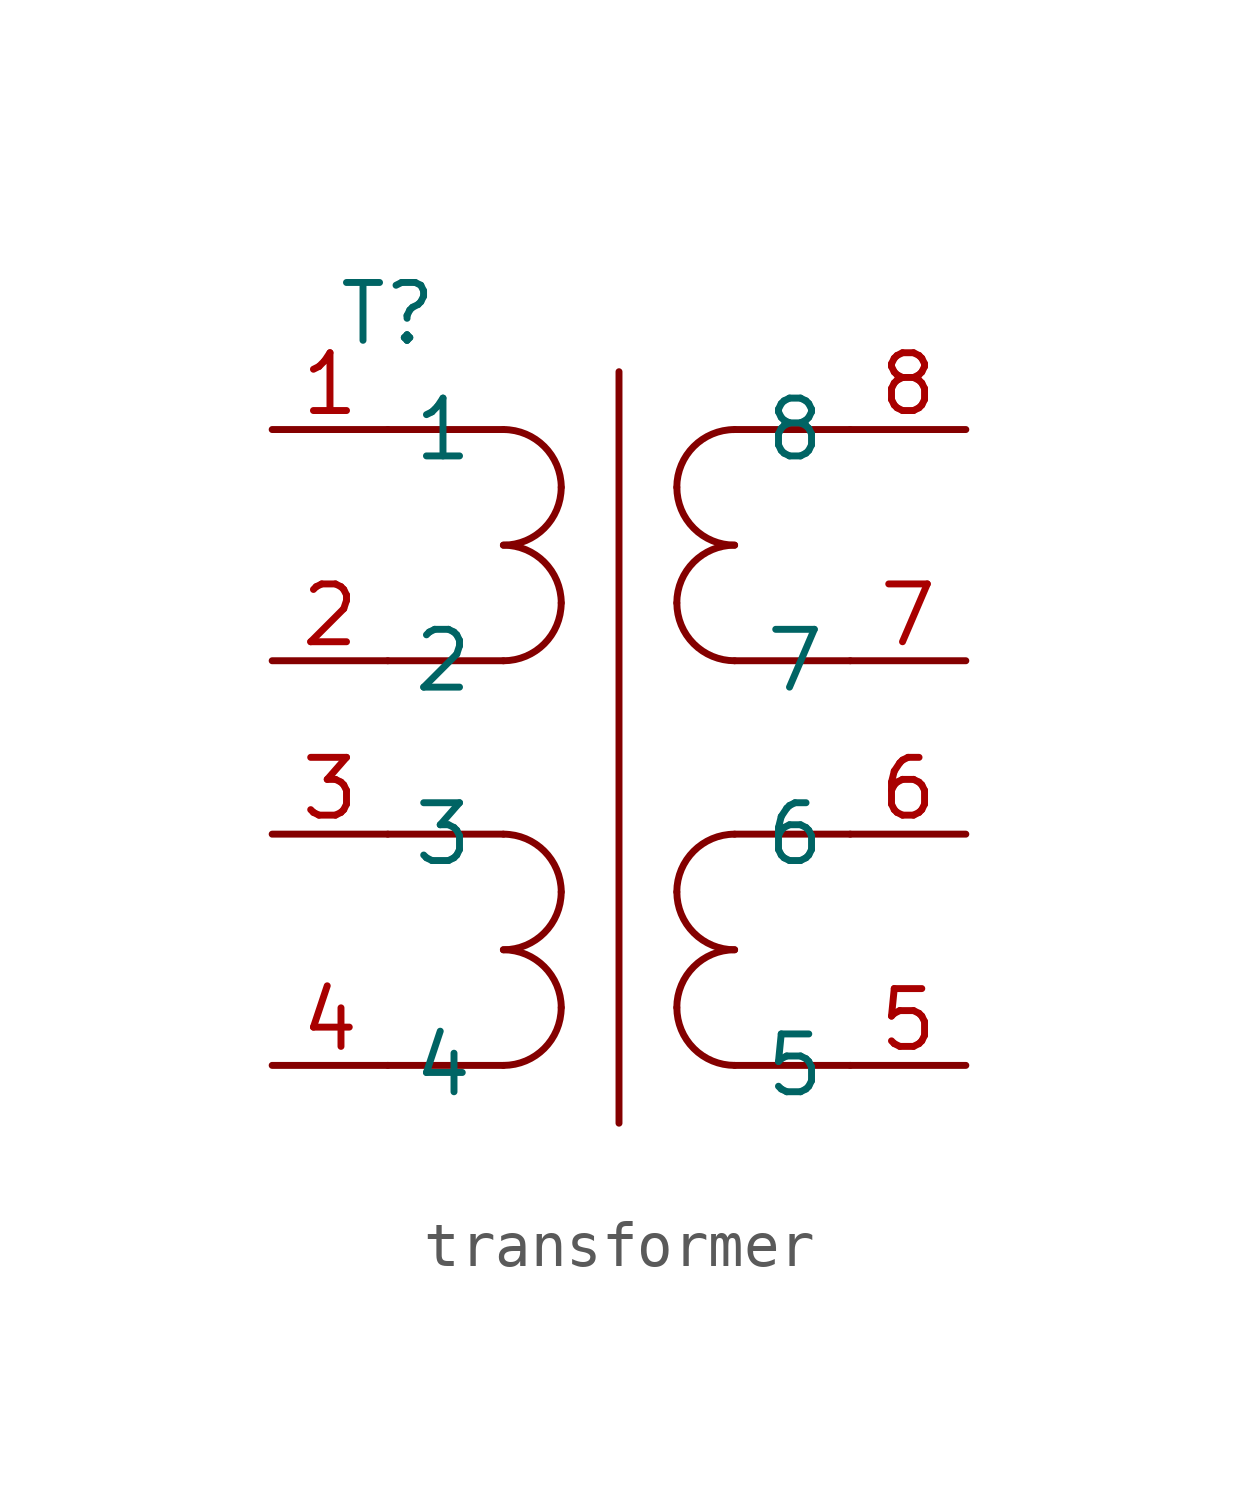
<source format=kicad_sym>
(kicad_symbol_lib
  (version 20220914)
  (generator kicad_symbol_editor)
  (symbol "transformer"
    (property "Reference" "T"
      (at 0 0 0)
      (effects (font (size 1.27 1.27))))
    (property "Value" ""
      (at 0 0 0)
      (effects (font (size 1.27 1.27))))
    (symbol "transformer_0_1"
      (polyline (pts (xy 0 -16.51) (xy 2.54 -16.51)) (stroke (width 0) (type default)) (fill (type none)))
      (polyline (pts (xy 0 -11.43) (xy 2.54 -11.43)) (stroke (width 0) (type default)) (fill (type none)))
      (polyline (pts (xy 0 -7.62) (xy 2.54 -7.62)) (stroke (width 0) (type default)) (fill (type none)))
      (polyline (pts (xy 0 -2.54) (xy 2.54 -2.54)) (stroke (width 0) (type default)) (fill (type none)))
      (polyline (pts (xy 5.08 -1.27) (xy 5.08 -17.78)) (stroke (width 0) (type default)) (fill (type none)))
      (polyline (pts (xy 10.16 -16.51) (xy 7.62 -16.51)) (stroke (width 0) (type default)) (fill (type none)))
      (polyline (pts (xy 10.16 -11.43) (xy 7.62 -11.43)) (stroke (width 0) (type default)) (fill (type none)))
      (polyline (pts (xy 10.16 -7.62) (xy 7.62 -7.62)) (stroke (width 0) (type default)) (fill (type none)))
      (polyline (pts (xy 10.16 -2.54) (xy 7.62 -2.54)) (stroke (width 0) (type default)) (fill (type none)))
      (arc (start 2.54 -16.51) (mid 3.438 -16.138) (end 3.81 -15.24) (stroke (width 0) (type default)) (fill (type none)))
      (arc (start 2.54 -13.97) (mid 3.438 -13.598) (end 3.81 -12.7) (stroke (width 0) (type default)) (fill (type none)))
      (arc (start 2.54 -7.62) (mid 3.438 -7.248) (end 3.81 -6.35) (stroke (width 0) (type default)) (fill (type none)))
      (arc (start 2.54 -5.08) (mid 3.438 -4.708) (end 3.81 -3.81) (stroke (width 0) (type default)) (fill (type none)))
      (arc (start 3.81 -15.24) (mid 3.438 -14.342) (end 2.54 -13.97) (stroke (width 0) (type default)) (fill (type none)))
      (arc (start 3.81 -12.7) (mid 3.438 -11.802) (end 2.54 -11.43) (stroke (width 0) (type default)) (fill (type none)))
      (arc (start 3.81 -6.35) (mid 3.438 -5.452) (end 2.54 -5.08) (stroke (width 0) (type default)) (fill (type none)))
      (arc (start 3.81 -3.81) (mid 3.438 -2.912) (end 2.54 -2.54) (stroke (width 0) (type default)) (fill (type none)))
      (arc (start 6.35 -15.24) (mid 6.722 -16.138) (end 7.62 -16.51) (stroke (width 0) (type default)) (fill (type none)))
      (arc (start 6.35 -12.7) (mid 6.722 -13.598) (end 7.62 -13.97) (stroke (width 0) (type default)) (fill (type none)))
      (arc (start 6.35 -6.35) (mid 6.722 -7.248) (end 7.62 -7.62) (stroke (width 0) (type default)) (fill (type none)))
      (arc (start 6.35 -3.81) (mid 6.722 -4.708) (end 7.62 -5.08) (stroke (width 0) (type default)) (fill (type none)))
      (arc (start 7.62 -13.97) (mid 6.722 -14.342) (end 6.35 -15.24) (stroke (width 0) (type default)) (fill (type none)))
      (arc (start 7.62 -11.43) (mid 6.722 -11.802) (end 6.35 -12.7) (stroke (width 0) (type default)) (fill (type none)))
      (arc (start 7.62 -5.08) (mid 6.722 -5.452) (end 6.35 -6.35) (stroke (width 0) (type default)) (fill (type none)))
      (arc (start 7.62 -2.54) (mid 6.722 -2.912) (end 6.35 -3.81) (stroke (width 0) (type default)) (fill (type none))))
    (symbol "transformer_1_1"
      (pin bidirectional line (at -2.54 -2.54 0) (length 2.54) (name "1" (effects (font (size 1.27 1.27)))) (number "1" (effects (font (size 1.27 1.27)))))
      (pin bidirectional line (at -2.54 -7.62 0) (length 2.54) (name "2" (effects (font (size 1.27 1.27)))) (number "2" (effects (font (size 1.27 1.27)))))
      (pin bidirectional line (at -2.54 -11.43 0) (length 2.54) (name "3" (effects (font (size 1.27 1.27)))) (number "3" (effects (font (size 1.27 1.27)))))
      (pin bidirectional line (at -2.54 -16.51 0) (length 2.54) (name "4" (effects (font (size 1.27 1.27)))) (number "4" (effects (font (size 1.27 1.27)))))
      (pin bidirectional line (at 12.7 -16.51 180) (length 2.54) (name "5" (effects (font (size 1.27 1.27)))) (number "5" (effects (font (size 1.27 1.27)))))
      (pin bidirectional line (at 12.7 -11.43 180) (length 2.54) (name "6" (effects (font (size 1.27 1.27)))) (number "6" (effects (font (size 1.27 1.27)))))
      (pin bidirectional line (at 12.7 -7.62 180) (length 2.54) (name "7" (effects (font (size 1.27 1.27)))) (number "7" (effects (font (size 1.27 1.27)))))
      (pin bidirectional line (at 12.7 -2.54 180) (length 2.54) (name "8" (effects (font (size 1.27 1.27)))) (number "8" (effects (font (size 1.27 1.27))))))))
</source>
